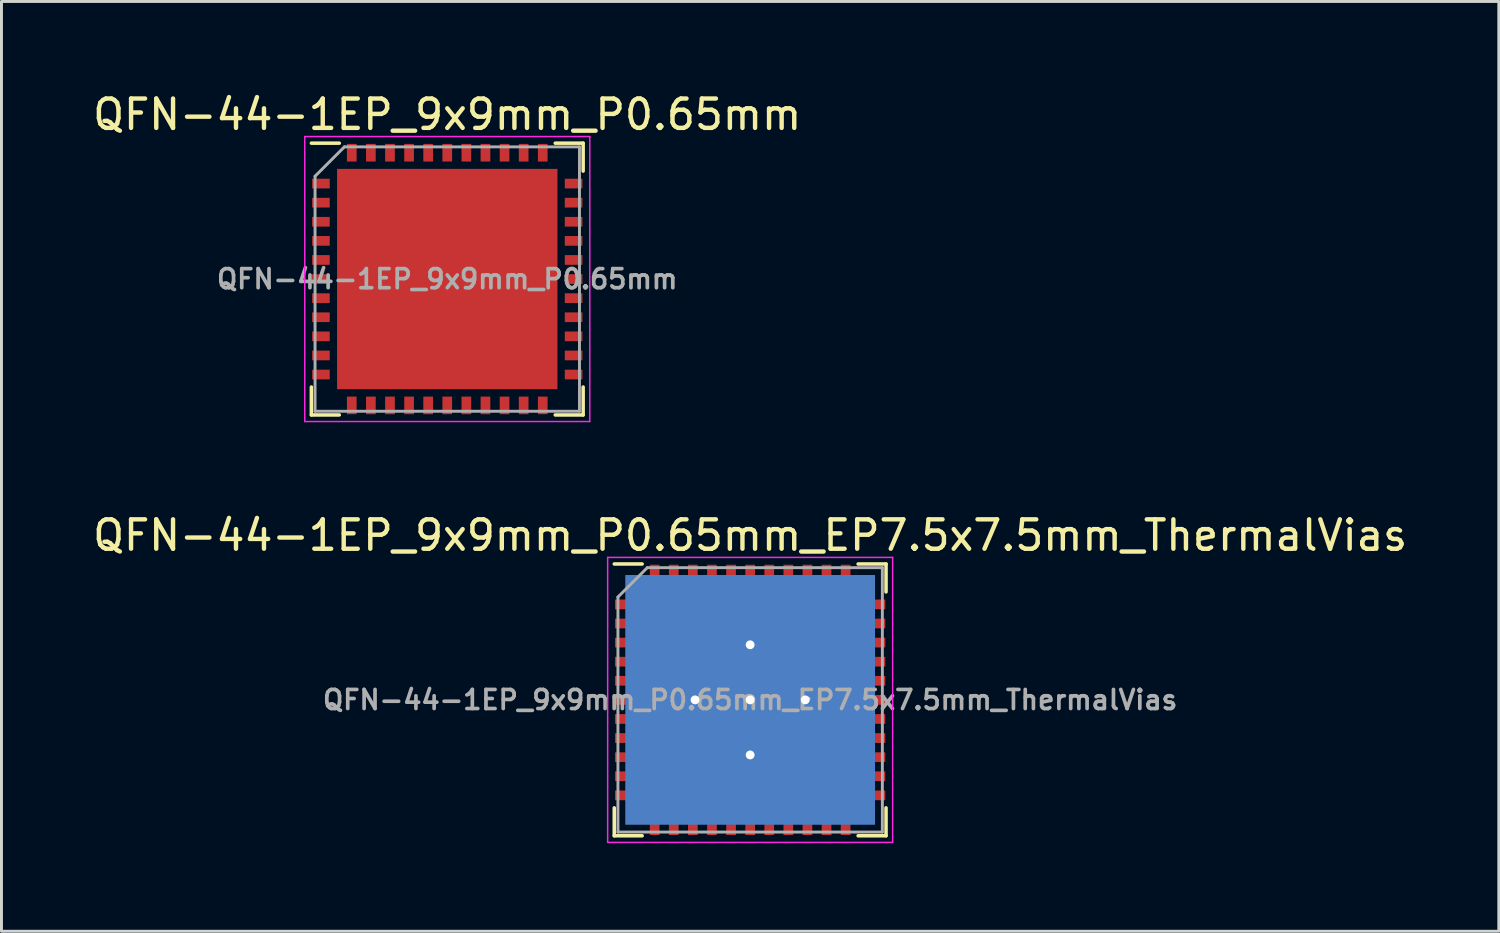
<source format=kicad_pcb>
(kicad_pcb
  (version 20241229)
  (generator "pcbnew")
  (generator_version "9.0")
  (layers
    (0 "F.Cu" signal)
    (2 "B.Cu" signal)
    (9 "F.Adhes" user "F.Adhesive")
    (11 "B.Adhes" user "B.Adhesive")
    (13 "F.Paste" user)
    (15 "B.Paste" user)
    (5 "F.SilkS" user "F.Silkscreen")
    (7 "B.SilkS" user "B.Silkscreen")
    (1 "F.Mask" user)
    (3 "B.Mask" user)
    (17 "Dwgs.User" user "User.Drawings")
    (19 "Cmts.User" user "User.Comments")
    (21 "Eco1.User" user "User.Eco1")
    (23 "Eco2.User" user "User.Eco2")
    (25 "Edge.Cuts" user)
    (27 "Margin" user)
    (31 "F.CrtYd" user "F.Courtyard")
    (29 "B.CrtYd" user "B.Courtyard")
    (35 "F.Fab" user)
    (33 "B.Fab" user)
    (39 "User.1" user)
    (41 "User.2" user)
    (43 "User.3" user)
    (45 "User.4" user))
  (footprint "QFN-44-1EP_9x9mm_P0.65mm"
    (layer "F.Cu")
    (at 12.173 6.448)
    (property "Reference" "QFN-44-1EP_9x9mm_P0.65mm" (at 0 -5.6 0) (layer "F.SilkS") (effects (font (size 1 1) (thickness 0.15))))
    (attr smd)
    (fp_line (start -4.625 -4.625) (end -3.675 -4.625) (stroke (width 0.12) (type solid)) (layer "F.SilkS"))
    (fp_line (start -4.625 4.625) (end -4.625 3.675) (stroke (width 0.12) (type solid)) (layer "F.SilkS"))
    (fp_line (start -3.675 4.625) (end -4.625 4.625) (stroke (width 0.12) (type solid)) (layer "F.SilkS"))
    (fp_line (start 3.675 -4.625) (end 4.625 -4.625) (stroke (width 0.12) (type solid)) (layer "F.SilkS"))
    (fp_line (start 3.675 4.625) (end 4.625 4.625) (stroke (width 0.12) (type solid)) (layer "F.SilkS"))
    (fp_line (start 4.625 -4.625) (end 4.625 -3.675) (stroke (width 0.12) (type solid)) (layer "F.SilkS"))
    (fp_line (start 4.625 4.625) (end 4.625 3.675) (stroke (width 0.12) (type solid)) (layer "F.SilkS"))
    (fp_line (start -4.85 -4.85) (end -4.85 4.85) (stroke (width 0.05) (type solid)) (layer "F.CrtYd"))
    (fp_line (start -4.85 4.85) (end 4.85 4.85) (stroke (width 0.05) (type solid)) (layer "F.CrtYd"))
    (fp_line (start 4.85 -4.85) (end -4.85 -4.85) (stroke (width 0.05) (type solid)) (layer "F.CrtYd"))
    (fp_line (start 4.85 4.85) (end 4.85 -4.85) (stroke (width 0.05) (type solid)) (layer "F.CrtYd"))
    (fp_line (start -4.5 -3.5) (end -3.5 -4.5) (stroke (width 0.1) (type solid)) (layer "F.Fab"))
    (fp_line (start -4.5 4.5) (end -4.5 -3.5) (stroke (width 0.1) (type solid)) (layer "F.Fab"))
    (fp_line (start -3.5 -4.5) (end 4.5 -4.5) (stroke (width 0.1) (type solid)) (layer "F.Fab"))
    (fp_line (start 4.5 -4.5) (end 4.5 4.5) (stroke (width 0.1) (type solid)) (layer "F.Fab"))
    (fp_line (start 4.5 4.5) (end -4.5 4.5) (stroke (width 0.1) (type solid)) (layer "F.Fab"))
    (fp_text user "${REFERENCE}" (at 0 0 0) (layer "F.Fab") (effects (font (size 0.65 0.65) (thickness 0.125))))
    (pad "" smd rect (at -1.875 -1.875) (size 2.65 2.65) (layers "F.Paste"))
    (pad "" smd rect (at -1.875 1.875) (size 2.65 2.65) (layers "F.Paste"))
    (pad "" smd rect (at 1.875 -1.875) (size 2.65 2.65) (layers "F.Paste"))
    (pad "" smd rect (at 1.875 1.875) (size 2.65 2.65) (layers "F.Paste"))
    (pad "1" smd rect (at -4.3 -3.25) (size 0.6 0.33) (layers "F.Cu" "F.Mask" "F.Paste"))
    (pad "2" smd rect (at -4.3 -2.6) (size 0.6 0.33) (layers "F.Cu" "F.Mask" "F.Paste"))
    (pad "3" smd rect (at -4.3 -1.95) (size 0.6 0.33) (layers "F.Cu" "F.Mask" "F.Paste"))
    (pad "4" smd rect (at -4.3 -1.3) (size 0.6 0.33) (layers "F.Cu" "F.Mask" "F.Paste"))
    (pad "5" smd rect (at -4.3 -0.65) (size 0.6 0.33) (layers "F.Cu" "F.Mask" "F.Paste"))
    (pad "6" smd rect (at -4.3 0) (size 0.6 0.33) (layers "F.Cu" "F.Mask" "F.Paste"))
    (pad "7" smd rect (at -4.3 0.65) (size 0.6 0.33) (layers "F.Cu" "F.Mask" "F.Paste"))
    (pad "8" smd rect (at -4.3 1.3) (size 0.6 0.33) (layers "F.Cu" "F.Mask" "F.Paste"))
    (pad "9" smd rect (at -4.3 1.95) (size 0.6 0.33) (layers "F.Cu" "F.Mask" "F.Paste"))
    (pad "10" smd rect (at -4.3 2.6) (size 0.6 0.33) (layers "F.Cu" "F.Mask" "F.Paste"))
    (pad "11" smd rect (at -4.3 3.25) (size 0.6 0.33) (layers "F.Cu" "F.Mask" "F.Paste"))
    (pad "12" smd rect (at -3.25 4.3 90) (size 0.6 0.33) (layers "F.Cu" "F.Mask" "F.Paste"))
    (pad "13" smd rect (at -2.6 4.3 90) (size 0.6 0.33) (layers "F.Cu" "F.Mask" "F.Paste"))
    (pad "14" smd rect (at -1.95 4.3 90) (size 0.6 0.33) (layers "F.Cu" "F.Mask" "F.Paste"))
    (pad "15" smd rect (at -1.3 4.3 90) (size 0.6 0.33) (layers "F.Cu" "F.Mask" "F.Paste"))
    (pad "16" smd rect (at -0.65 4.3 90) (size 0.6 0.33) (layers "F.Cu" "F.Mask" "F.Paste"))
    (pad "17" smd rect (at 0 4.3 90) (size 0.6 0.33) (layers "F.Cu" "F.Mask" "F.Paste"))
    (pad "18" smd rect (at 0.65 4.3 90) (size 0.6 0.33) (layers "F.Cu" "F.Mask" "F.Paste"))
    (pad "19" smd rect (at 1.3 4.3 90) (size 0.6 0.33) (layers "F.Cu" "F.Mask" "F.Paste"))
    (pad "20" smd rect (at 1.95 4.3 90) (size 0.6 0.33) (layers "F.Cu" "F.Mask" "F.Paste"))
    (pad "21" smd rect (at 2.6 4.3 90) (size 0.6 0.33) (layers "F.Cu" "F.Mask" "F.Paste"))
    (pad "22" smd rect (at 3.25 4.3 90) (size 0.6 0.33) (layers "F.Cu" "F.Mask" "F.Paste"))
    (pad "23" smd rect (at 4.3 3.25) (size 0.6 0.33) (layers "F.Cu" "F.Mask" "F.Paste"))
    (pad "24" smd rect (at 4.3 2.6) (size 0.6 0.33) (layers "F.Cu" "F.Mask" "F.Paste"))
    (pad "25" smd rect (at 4.3 1.95) (size 0.6 0.33) (layers "F.Cu" "F.Mask" "F.Paste"))
    (pad "26" smd rect (at 4.3 1.3) (size 0.6 0.33) (layers "F.Cu" "F.Mask" "F.Paste"))
    (pad "27" smd rect (at 4.3 0.65) (size 0.6 0.33) (layers "F.Cu" "F.Mask" "F.Paste"))
    (pad "28" smd rect (at 4.3 0) (size 0.6 0.33) (layers "F.Cu" "F.Mask" "F.Paste"))
    (pad "29" smd rect (at 4.3 -0.65) (size 0.6 0.33) (layers "F.Cu" "F.Mask" "F.Paste"))
    (pad "30" smd rect (at 4.3 -1.3) (size 0.6 0.33) (layers "F.Cu" "F.Mask" "F.Paste"))
    (pad "31" smd rect (at 4.3 -1.95) (size 0.6 0.33) (layers "F.Cu" "F.Mask" "F.Paste"))
    (pad "32" smd rect (at 4.3 -2.6) (size 0.6 0.33) (layers "F.Cu" "F.Mask" "F.Paste"))
    (pad "33" smd rect (at 4.3 -3.25) (size 0.6 0.33) (layers "F.Cu" "F.Mask" "F.Paste"))
    (pad "34" smd rect (at 3.25 -4.3 90) (size 0.6 0.33) (layers "F.Cu" "F.Mask" "F.Paste"))
    (pad "35" smd rect (at 2.6 -4.3 90) (size 0.6 0.33) (layers "F.Cu" "F.Mask" "F.Paste"))
    (pad "36" smd rect (at 1.95 -4.3 90) (size 0.6 0.33) (layers "F.Cu" "F.Mask" "F.Paste"))
    (pad "37" smd rect (at 1.3 -4.3 90) (size 0.6 0.33) (layers "F.Cu" "F.Mask" "F.Paste"))
    (pad "38" smd rect (at 0.65 -4.3 90) (size 0.6 0.33) (layers "F.Cu" "F.Mask" "F.Paste"))
    (pad "39" smd rect (at 0 -4.3 90) (size 0.6 0.33) (layers "F.Cu" "F.Mask" "F.Paste"))
    (pad "40" smd rect (at -0.65 -4.3 90) (size 0.6 0.33) (layers "F.Cu" "F.Mask" "F.Paste"))
    (pad "41" smd rect (at -1.3 -4.3 90) (size 0.6 0.33) (layers "F.Cu" "F.Mask" "F.Paste"))
    (pad "42" smd rect (at -1.95 -4.3 90) (size 0.6 0.33) (layers "F.Cu" "F.Mask" "F.Paste"))
    (pad "43" smd rect (at -2.6 -4.3 90) (size 0.6 0.33) (layers "F.Cu" "F.Mask" "F.Paste"))
    (pad "44" smd rect (at -3.25 -4.3 90) (size 0.6 0.33) (layers "F.Cu" "F.Mask" "F.Paste"))
    (pad "45" smd rect (at 0 0) (size 7.5 7.5) (layers "F.Cu" "F.Mask")))
  (footprint "QFN-44-1EP_9x9mm_P0.65mm_EP7.5x7.5mm_ThermalVias"
    (layer "F.Cu")
    (at 22.482 20.771)
    (property "Reference" "QFN-44-1EP_9x9mm_P0.65mm_EP7.5x7.5mm_ThermalVias" (at 0 -5.6 0) (layer "F.SilkS") (effects (font (size 1 1) (thickness 0.15))))
    (attr smd)
    (fp_line (start -4.625 -4.625) (end -3.675 -4.625) (stroke (width 0.12) (type solid)) (layer "F.SilkS"))
    (fp_line (start -4.625 4.625) (end -4.625 3.675) (stroke (width 0.12) (type solid)) (layer "F.SilkS"))
    (fp_line (start -3.675 4.625) (end -4.625 4.625) (stroke (width 0.12) (type solid)) (layer "F.SilkS"))
    (fp_line (start 3.675 -4.625) (end 4.625 -4.625) (stroke (width 0.12) (type solid)) (layer "F.SilkS"))
    (fp_line (start 3.675 4.625) (end 4.625 4.625) (stroke (width 0.12) (type solid)) (layer "F.SilkS"))
    (fp_line (start 4.625 -4.625) (end 4.625 -3.675) (stroke (width 0.12) (type solid)) (layer "F.SilkS"))
    (fp_line (start 4.625 4.625) (end 4.625 3.675) (stroke (width 0.12) (type solid)) (layer "F.SilkS"))
    (fp_line (start -4.85 -4.85) (end -4.85 4.85) (stroke (width 0.05) (type solid)) (layer "F.CrtYd"))
    (fp_line (start -4.85 4.85) (end 4.85 4.85) (stroke (width 0.05) (type solid)) (layer "F.CrtYd"))
    (fp_line (start 4.85 -4.85) (end -4.85 -4.85) (stroke (width 0.05) (type solid)) (layer "F.CrtYd"))
    (fp_line (start 4.85 4.85) (end 4.85 -4.85) (stroke (width 0.05) (type solid)) (layer "F.CrtYd"))
    (fp_line (start -4.5 -3.5) (end -3.5 -4.5) (stroke (width 0.1) (type solid)) (layer "F.Fab"))
    (fp_line (start -4.5 4.5) (end -4.5 -3.5) (stroke (width 0.1) (type solid)) (layer "F.Fab"))
    (fp_line (start -3.5 -4.5) (end 4.5 -4.5) (stroke (width 0.1) (type solid)) (layer "F.Fab"))
    (fp_line (start 4.5 -4.5) (end 4.5 4.5) (stroke (width 0.1) (type solid)) (layer "F.Fab"))
    (fp_line (start 4.5 4.5) (end -4.5 4.5) (stroke (width 0.1) (type solid)) (layer "F.Fab"))
    (fp_text user "${REFERENCE}" (at 0 0 0) (layer "F.Fab") (effects (font (size 0.65 0.65) (thickness 0.125))))
    (pad "" smd rect (at -1.875 -1.875) (size 2.65 2.65) (layers "F.Paste"))
    (pad "" smd rect (at -1.875 1.875) (size 2.65 2.65) (layers "F.Paste"))
    (pad "" smd rect (at 1.875 -1.875) (size 2.65 2.65) (layers "F.Paste"))
    (pad "" smd rect (at 1.875 1.875) (size 2.65 2.65) (layers "F.Paste"))
    (pad "1" smd rect (at -4.3 -3.25) (size 0.6 0.33) (layers "F.Cu" "F.Mask" "F.Paste"))
    (pad "2" smd rect (at -4.3 -2.6) (size 0.6 0.33) (layers "F.Cu" "F.Mask" "F.Paste"))
    (pad "3" smd rect (at -4.3 -1.95) (size 0.6 0.33) (layers "F.Cu" "F.Mask" "F.Paste"))
    (pad "4" smd rect (at -4.3 -1.3) (size 0.6 0.33) (layers "F.Cu" "F.Mask" "F.Paste"))
    (pad "5" smd rect (at -4.3 -0.65) (size 0.6 0.33) (layers "F.Cu" "F.Mask" "F.Paste"))
    (pad "6" smd rect (at -4.3 0) (size 0.6 0.33) (layers "F.Cu" "F.Mask" "F.Paste"))
    (pad "7" smd rect (at -4.3 0.65) (size 0.6 0.33) (layers "F.Cu" "F.Mask" "F.Paste"))
    (pad "8" smd rect (at -4.3 1.3) (size 0.6 0.33) (layers "F.Cu" "F.Mask" "F.Paste"))
    (pad "9" smd rect (at -4.3 1.95) (size 0.6 0.33) (layers "F.Cu" "F.Mask" "F.Paste"))
    (pad "10" smd rect (at -4.3 2.6) (size 0.6 0.33) (layers "F.Cu" "F.Mask" "F.Paste"))
    (pad "11" smd rect (at -4.3 3.25) (size 0.6 0.33) (layers "F.Cu" "F.Mask" "F.Paste"))
    (pad "12" smd rect (at -3.25 4.3 90) (size 0.6 0.33) (layers "F.Cu" "F.Mask" "F.Paste"))
    (pad "13" smd rect (at -2.6 4.3 90) (size 0.6 0.33) (layers "F.Cu" "F.Mask" "F.Paste"))
    (pad "14" smd rect (at -1.95 4.3 90) (size 0.6 0.33) (layers "F.Cu" "F.Mask" "F.Paste"))
    (pad "15" smd rect (at -1.3 4.3 90) (size 0.6 0.33) (layers "F.Cu" "F.Mask" "F.Paste"))
    (pad "16" smd rect (at -0.65 4.3 90) (size 0.6 0.33) (layers "F.Cu" "F.Mask" "F.Paste"))
    (pad "17" smd rect (at 0 4.3 90) (size 0.6 0.33) (layers "F.Cu" "F.Mask" "F.Paste"))
    (pad "18" smd rect (at 0.65 4.3 90) (size 0.6 0.33) (layers "F.Cu" "F.Mask" "F.Paste"))
    (pad "19" smd rect (at 1.3 4.3 90) (size 0.6 0.33) (layers "F.Cu" "F.Mask" "F.Paste"))
    (pad "20" smd rect (at 1.95 4.3 90) (size 0.6 0.33) (layers "F.Cu" "F.Mask" "F.Paste"))
    (pad "21" smd rect (at 2.6 4.3 90) (size 0.6 0.33) (layers "F.Cu" "F.Mask" "F.Paste"))
    (pad "22" smd rect (at 3.25 4.3 90) (size 0.6 0.33) (layers "F.Cu" "F.Mask" "F.Paste"))
    (pad "23" smd rect (at 4.3 3.25) (size 0.6 0.33) (layers "F.Cu" "F.Mask" "F.Paste"))
    (pad "24" smd rect (at 4.3 2.6) (size 0.6 0.33) (layers "F.Cu" "F.Mask" "F.Paste"))
    (pad "25" smd rect (at 4.3 1.95) (size 0.6 0.33) (layers "F.Cu" "F.Mask" "F.Paste"))
    (pad "26" smd rect (at 4.3 1.3) (size 0.6 0.33) (layers "F.Cu" "F.Mask" "F.Paste"))
    (pad "27" smd rect (at 4.3 0.65) (size 0.6 0.33) (layers "F.Cu" "F.Mask" "F.Paste"))
    (pad "28" smd rect (at 4.3 0) (size 0.6 0.33) (layers "F.Cu" "F.Mask" "F.Paste"))
    (pad "29" smd rect (at 4.3 -0.65) (size 0.6 0.33) (layers "F.Cu" "F.Mask" "F.Paste"))
    (pad "30" smd rect (at 4.3 -1.3) (size 0.6 0.33) (layers "F.Cu" "F.Mask" "F.Paste"))
    (pad "31" smd rect (at 4.3 -1.95) (size 0.6 0.33) (layers "F.Cu" "F.Mask" "F.Paste"))
    (pad "32" smd rect (at 4.3 -2.6) (size 0.6 0.33) (layers "F.Cu" "F.Mask" "F.Paste"))
    (pad "33" smd rect (at 4.3 -3.25) (size 0.6 0.33) (layers "F.Cu" "F.Mask" "F.Paste"))
    (pad "34" smd rect (at 3.25 -4.3 90) (size 0.6 0.33) (layers "F.Cu" "F.Mask" "F.Paste"))
    (pad "35" smd rect (at 2.6 -4.3 90) (size 0.6 0.33) (layers "F.Cu" "F.Mask" "F.Paste"))
    (pad "36" smd rect (at 1.95 -4.3 90) (size 0.6 0.33) (layers "F.Cu" "F.Mask" "F.Paste"))
    (pad "37" smd rect (at 1.3 -4.3 90) (size 0.6 0.33) (layers "F.Cu" "F.Mask" "F.Paste"))
    (pad "38" smd rect (at 0.65 -4.3 90) (size 0.6 0.33) (layers "F.Cu" "F.Mask" "F.Paste"))
    (pad "39" smd rect (at 0 -4.3 90) (size 0.6 0.33) (layers "F.Cu" "F.Mask" "F.Paste"))
    (pad "40" smd rect (at -0.65 -4.3 90) (size 0.6 0.33) (layers "F.Cu" "F.Mask" "F.Paste"))
    (pad "41" smd rect (at -1.3 -4.3 90) (size 0.6 0.33) (layers "F.Cu" "F.Mask" "F.Paste"))
    (pad "42" smd rect (at -1.95 -4.3 90) (size 0.6 0.33) (layers "F.Cu" "F.Mask" "F.Paste"))
    (pad "43" smd rect (at -2.6 -4.3 90) (size 0.6 0.33) (layers "F.Cu" "F.Mask" "F.Paste"))
    (pad "44" smd rect (at -3.25 -4.3 90) (size 0.6 0.33) (layers "F.Cu" "F.Mask" "F.Paste"))
    (pad "45" thru_hole circle (at -1.875 0) (size 0.6 0.6) (drill 0.3) (layers "*.Cu"))
    (pad "45" thru_hole circle (at 0 -1.875) (size 0.6 0.6) (drill 0.3) (layers "*.Cu"))
    (pad "45" thru_hole circle (at 0 0) (size 0.6 0.6) (drill 0.3) (layers "*.Cu"))
    (pad "45" smd rect (at 0 0) (size 7.5 7.5) (layers "F.Cu" "F.Mask"))
    (pad "45" smd rect (at 0 0) (size 8.5 8.5) (layers "B.Cu"))
    (pad "45" thru_hole circle (at 0 1.875) (size 0.6 0.6) (drill 0.3) (layers "*.Cu"))
    (pad "45" thru_hole circle (at 1.875 0) (size 0.6 0.6) (drill 0.3) (layers "*.Cu")))
  (gr_rect
    (start -3 -3)
    (end 47.964 28.646)
    (stroke (width 0.1) (type default))
    (fill no)
    (layer "Edge.Cuts")))
</source>
